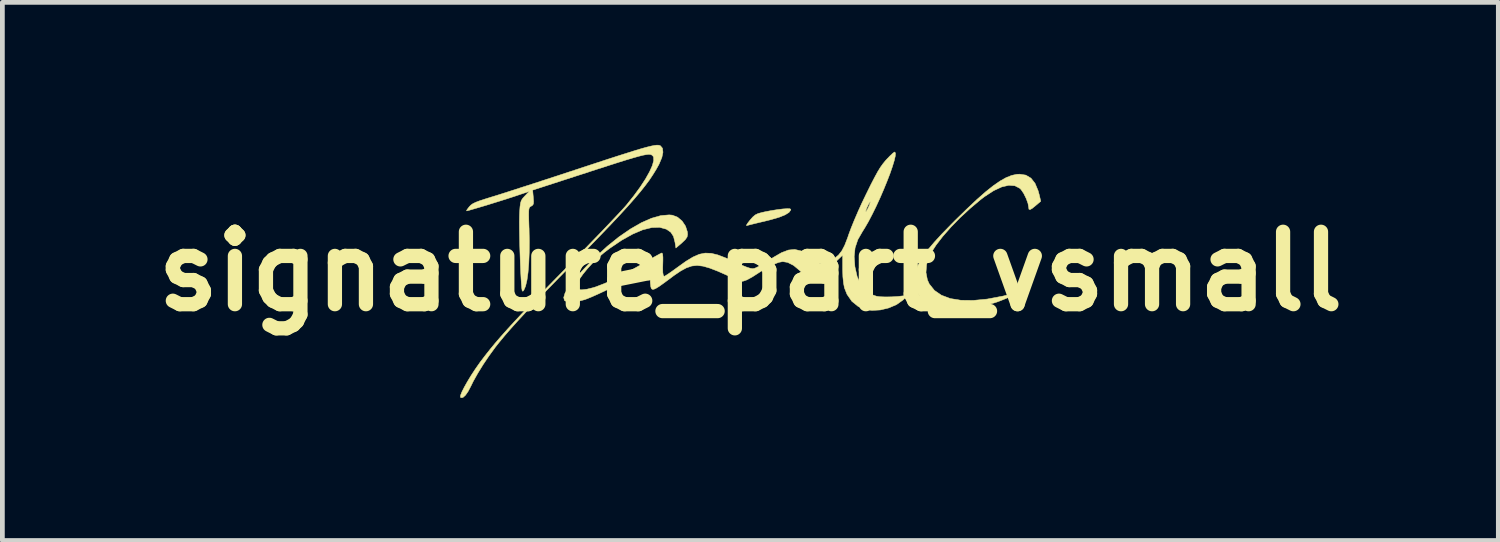
<source format=kicad_pcb>
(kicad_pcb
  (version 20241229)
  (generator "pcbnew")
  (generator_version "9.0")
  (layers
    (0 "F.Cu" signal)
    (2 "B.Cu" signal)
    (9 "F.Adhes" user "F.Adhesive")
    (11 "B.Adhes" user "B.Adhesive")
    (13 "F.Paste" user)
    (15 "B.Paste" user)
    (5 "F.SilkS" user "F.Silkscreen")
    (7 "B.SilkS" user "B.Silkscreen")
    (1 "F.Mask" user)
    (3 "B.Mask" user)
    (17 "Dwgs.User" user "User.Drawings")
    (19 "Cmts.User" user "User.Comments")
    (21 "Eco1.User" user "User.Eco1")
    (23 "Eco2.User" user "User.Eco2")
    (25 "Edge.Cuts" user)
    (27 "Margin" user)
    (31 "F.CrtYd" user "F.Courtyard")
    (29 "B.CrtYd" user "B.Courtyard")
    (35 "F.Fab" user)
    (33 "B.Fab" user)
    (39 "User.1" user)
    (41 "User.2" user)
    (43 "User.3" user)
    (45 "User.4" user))
  (footprint "signature_part_vsmall"
    (layer "F.Cu")
    (at 12.744 2.663)
    (property "Reference" "signature_part_vsmall" (at 0 0 0) (layer "F.SilkS") (effects (font (size 1.524 1.524) (thickness 0.3))))
    (attr through_hole)
    (fp_poly (pts (xy 5.754 0.402) (xy 5.741 0.415) (xy 5.728 0.402) (xy 5.741 0.389) (xy 5.754 0.402)) (stroke (width 0.01) (type solid)) (fill yes) (layer "F.SilkS"))
    (fp_poly (pts (xy 0.831 -1.319) (xy 0.851 -1.308) (xy 0.85 -1.293) (xy 0.812 -1.241) (xy 0.731 -1.191) (xy 0.604 -1.14) (xy 0.429 -1.089) (xy 0.317 -1.061) (xy 0.185 -1.03) (xy 0.07 -1.002) (xy -0.019 -0.98) (xy -0.071 -0.966) (xy -0.078 -0.963) (xy -0.083 -0.973) (xy -0.058 -1.014) (xy -0.01 -1.076) (xy -0.008 -1.079) (xy 0.051 -1.146) (xy 0.102 -1.189) (xy 0.161 -1.218) (xy 0.246 -1.241) (xy 0.303 -1.254) (xy 0.432 -1.279) (xy 0.57 -1.301) (xy 0.684 -1.315) (xy 0.779 -1.321) (xy 0.831 -1.319)) (stroke (width 0.01) (type solid)) (fill yes) (layer "F.SilkS"))
    (fp_poly (pts (xy 5.798 -2.027) (xy 5.906 -1.963) (xy 5.991 -1.855) (xy 6.056 -1.7) (xy 6.08 -1.613) (xy 6.112 -1.477) (xy 6.006 -1.387) (xy 5.931 -1.326) (xy 5.886 -1.301) (xy 5.863 -1.309) (xy 5.858 -1.347) (xy 5.843 -1.432) (xy 5.805 -1.536) (xy 5.754 -1.64) (xy 5.698 -1.722) (xy 5.673 -1.748) (xy 5.568 -1.803) (xy 5.44 -1.813) (xy 5.291 -1.779) (xy 5.121 -1.7) (xy 4.932 -1.577) (xy 4.844 -1.51) (xy 4.623 -1.324) (xy 4.412 -1.129) (xy 4.219 -0.931) (xy 4.049 -0.737) (xy 3.908 -0.554) (xy 3.801 -0.388) (xy 3.764 -0.314) (xy 3.709 -0.146) (xy 3.696 0.022) (xy 3.726 0.178) (xy 3.765 0.263) (xy 3.873 0.399) (xy 4.022 0.501) (xy 4.208 0.571) (xy 4.432 0.607) (xy 4.693 0.61) (xy 4.99 0.581) (xy 5.322 0.518) (xy 5.663 0.429) (xy 5.689 0.424) (xy 5.675 0.435) (xy 5.629 0.459) (xy 5.56 0.492) (xy 5.474 0.529) (xy 5.381 0.569) (xy 5.288 0.607) (xy 5.204 0.639) (xy 5.145 0.659) (xy 4.895 0.728) (xy 4.646 0.775) (xy 4.407 0.801) (xy 4.188 0.803) (xy 3.999 0.782) (xy 3.893 0.754) (xy 3.719 0.672) (xy 3.587 0.561) (xy 3.499 0.426) (xy 3.456 0.268) (xy 3.461 0.093) (xy 3.483 -0.007) (xy 3.521 -0.113) (xy 3.575 -0.222) (xy 3.65 -0.34) (xy 3.749 -0.471) (xy 3.875 -0.619) (xy 4.032 -0.79) (xy 4.224 -0.987) (xy 4.313 -1.077) (xy 4.554 -1.312) (xy 4.765 -1.511) (xy 4.95 -1.674) (xy 5.113 -1.804) (xy 5.256 -1.903) (xy 5.384 -1.975) (xy 5.5 -2.021) (xy 5.607 -2.044) (xy 5.668 -2.047) (xy 5.798 -2.027)) (stroke (width 0.01) (type solid)) (fill yes) (layer "F.SilkS"))
    (fp_poly (pts (xy -1.935 -2.657) (xy -1.908 -2.651) (xy -1.893 -2.644) (xy -1.85 -2.593) (xy -1.84 -2.509) (xy -1.863 -2.398) (xy -1.919 -2.265) (xy -1.926 -2.25) (xy -1.985 -2.144) (xy -2.052 -2.036) (xy -2.127 -1.923) (xy -2.216 -1.804) (xy -2.32 -1.673) (xy -2.442 -1.529) (xy -2.584 -1.368) (xy -2.75 -1.187) (xy -2.942 -0.983) (xy -3.164 -0.752) (xy -3.416 -0.492) (xy -3.704 -0.2) (xy -3.726 -0.177) (xy -4.025 0.128) (xy -4.289 0.399) (xy -4.521 0.64) (xy -4.723 0.854) (xy -4.898 1.043) (xy -5.049 1.211) (xy -5.178 1.36) (xy -5.288 1.493) (xy -5.368 1.594) (xy -5.497 1.771) (xy -5.624 1.959) (xy -5.739 2.145) (xy -5.834 2.315) (xy -5.883 2.415) (xy -5.942 2.527) (xy -5.999 2.608) (xy -6.05 2.653) (xy -6.09 2.658) (xy -6.103 2.645) (xy -6.1 2.607) (xy -6.071 2.534) (xy -6.021 2.435) (xy -5.954 2.316) (xy -5.875 2.186) (xy -5.787 2.052) (xy -5.696 1.922) (xy -5.673 1.891) (xy -5.578 1.766) (xy -5.479 1.641) (xy -5.372 1.511) (xy -5.254 1.374) (xy -5.122 1.226) (xy -4.973 1.063) (xy -4.803 0.882) (xy -4.609 0.678) (xy -4.389 0.45) (xy -4.137 0.192) (xy -3.852 -0.098) (xy -3.846 -0.104) (xy -3.648 -0.306) (xy -3.454 -0.505) (xy -3.27 -0.695) (xy -3.099 -0.872) (xy -2.946 -1.033) (xy -2.815 -1.172) (xy -2.709 -1.285) (xy -2.633 -1.369) (xy -2.606 -1.4) (xy -2.453 -1.592) (xy -2.319 -1.775) (xy -2.208 -1.945) (xy -2.122 -2.098) (xy -2.063 -2.229) (xy -2.035 -2.333) (xy -2.038 -2.406) (xy -2.049 -2.425) (xy -2.065 -2.442) (xy -2.084 -2.455) (xy -2.109 -2.463) (xy -2.146 -2.464) (xy -2.196 -2.458) (xy -2.265 -2.445) (xy -2.355 -2.422) (xy -2.471 -2.389) (xy -2.616 -2.346) (xy -2.795 -2.29) (xy -3.01 -2.221) (xy -3.265 -2.139) (xy -3.565 -2.041) (xy -3.671 -2.007) (xy -4.583 -1.711) (xy -4.569 -1.558) (xy -4.563 -1.471) (xy -4.567 -1.42) (xy -4.586 -1.391) (xy -4.614 -1.373) (xy -4.636 -1.361) (xy -4.651 -1.343) (xy -4.661 -1.314) (xy -4.665 -1.265) (xy -4.666 -1.188) (xy -4.664 -1.075) (xy -4.659 -0.919) (xy -4.658 -0.907) (xy -4.653 -0.644) (xy -4.655 -0.396) (xy -4.664 -0.171) (xy -4.68 0.025) (xy -4.702 0.184) (xy -4.73 0.301) (xy -4.737 0.322) (xy -4.768 0.393) (xy -4.789 0.418) (xy -4.804 0.403) (xy -4.811 0.359) (xy -4.819 0.272) (xy -4.827 0.149) (xy -4.835 -0.002) (xy -4.842 -0.172) (xy -4.848 -0.355) (xy -4.854 -0.541) (xy -4.858 -0.723) (xy -4.861 -0.892) (xy -4.862 -1.042) (xy -4.86 -1.163) (xy -4.857 -1.244) (xy -4.849 -1.36) (xy -4.838 -1.438) (xy -4.822 -1.491) (xy -4.795 -1.535) (xy -4.754 -1.581) (xy -4.747 -1.588) (xy -4.654 -1.685) (xy -4.848 -1.62) (xy -4.966 -1.58) (xy -5.105 -1.535) (xy -5.256 -1.487) (xy -5.41 -1.439) (xy -5.561 -1.392) (xy -5.699 -1.351) (xy -5.818 -1.316) (xy -5.908 -1.29) (xy -5.962 -1.276) (xy -5.974 -1.275) (xy -5.965 -1.298) (xy -5.93 -1.345) (xy -5.914 -1.365) (xy -5.881 -1.398) (xy -5.838 -1.428) (xy -5.777 -1.457) (xy -5.689 -1.49) (xy -5.565 -1.53) (xy -5.443 -1.568) (xy -5.341 -1.599) (xy -5.196 -1.645) (xy -5.015 -1.703) (xy -4.803 -1.772) (xy -4.566 -1.848) (xy -4.312 -1.931) (xy -4.045 -2.018) (xy -3.772 -2.108) (xy -3.642 -2.151) (xy -3.313 -2.259) (xy -3.03 -2.352) (xy -2.789 -2.43) (xy -2.587 -2.494) (xy -2.419 -2.547) (xy -2.282 -2.588) (xy -2.172 -2.618) (xy -2.086 -2.639) (xy -2.021 -2.652) (xy -1.971 -2.658) (xy -1.935 -2.657)) (stroke (width 0.01) (type solid)) (fill yes) (layer "F.SilkS"))
    (fp_poly (pts (xy 3.054 -2.492) (xy 3.05 -2.429) (xy 3.028 -2.333) (xy 2.99 -2.208) (xy 2.939 -2.06) (xy 2.876 -1.897) (xy 2.805 -1.723) (xy 2.728 -1.545) (xy 2.647 -1.369) (xy 2.564 -1.201) (xy 2.483 -1.046) (xy 2.405 -0.912) (xy 2.362 -0.844) (xy 2.262 -0.67) (xy 2.204 -0.497) (xy 2.185 -0.311) (xy 2.2 -0.101) (xy 2.248 0.111) (xy 2.326 0.28) (xy 2.436 0.408) (xy 2.577 0.495) (xy 2.654 0.522) (xy 2.732 0.533) (xy 2.844 0.537) (xy 2.974 0.535) (xy 3.104 0.527) (xy 3.217 0.514) (xy 3.266 0.504) (xy 3.295 0.501) (xy 3.295 0.515) (xy 3.262 0.552) (xy 3.21 0.603) (xy 3.077 0.698) (xy 2.913 0.768) (xy 2.735 0.811) (xy 2.558 0.821) (xy 2.433 0.803) (xy 2.269 0.737) (xy 2.136 0.629) (xy 2.034 0.482) (xy 1.98 0.346) (xy 1.961 0.248) (xy 1.947 0.113) (xy 1.942 -0.045) (xy 1.942 -0.061) (xy 1.942 -0.343) (xy 1.781 -0.189) (xy 1.632 -0.057) (xy 1.5 0.034) (xy 1.38 0.087) (xy 1.262 0.107) (xy 1.211 0.107) (xy 1.169 0.088) (xy 1.106 0.042) (xy 1.042 -0.016) (xy 0.909 -0.127) (xy 0.784 -0.19) (xy 0.681 -0.207) (xy 0.598 -0.191) (xy 0.484 -0.147) (xy 0.353 -0.08) (xy 0.213 0.005) (xy 0.189 0.02) (xy 0.04 0.116) (xy -0.073 0.178) (xy -0.151 0.205) (xy -0.171 0.207) (xy -0.211 0.197) (xy -0.287 0.169) (xy -0.386 0.128) (xy -0.476 0.088) (xy -0.683 -0.004) (xy -0.854 -0.07) (xy -0.996 -0.111) (xy -1.12 -0.126) (xy -1.234 -0.114) (xy -1.347 -0.075) (xy -1.468 -0.009) (xy -1.607 0.085) (xy -1.697 0.153) (xy -1.826 0.248) (xy -1.92 0.315) (xy -1.987 0.356) (xy -2.032 0.376) (xy -2.062 0.377) (xy -2.081 0.365) (xy -2.095 0.327) (xy -2.105 0.249) (xy -2.11 0.146) (xy -2.11 0.117) (xy -2.11 0.017) (xy -2.112 -0.059) (xy -2.114 -0.1) (xy -2.115 -0.104) (xy -2.138 -0.091) (xy -2.196 -0.058) (xy -2.28 -0.008) (xy -2.362 0.041) (xy -2.506 0.123) (xy -2.672 0.212) (xy -2.849 0.304) (xy -3.027 0.392) (xy -3.195 0.471) (xy -3.343 0.537) (xy -3.46 0.584) (xy -3.492 0.595) (xy -3.625 0.63) (xy -3.746 0.646) (xy -3.843 0.642) (xy -3.906 0.617) (xy -3.913 0.61) (xy -3.929 0.55) (xy -3.903 0.462) (xy -3.836 0.345) (xy -3.729 0.201) (xy -3.581 0.03) (xy -3.394 -0.167) (xy -3.26 -0.301) (xy -3.012 -0.529) (xy -2.766 -0.727) (xy -2.526 -0.892) (xy -2.297 -1.024) (xy -2.082 -1.119) (xy -1.885 -1.175) (xy -1.71 -1.19) (xy -1.642 -1.184) (xy -1.533 -1.142) (xy -1.437 -1.061) (xy -1.365 -0.953) (xy -1.326 -0.832) (xy -1.322 -0.78) (xy -1.332 -0.725) (xy -1.37 -0.669) (xy -1.443 -0.6) (xy -1.445 -0.598) (xy -1.568 -0.493) (xy -1.586 -0.611) (xy -1.618 -0.737) (xy -1.675 -0.825) (xy -1.766 -0.888) (xy -1.771 -0.89) (xy -1.91 -0.928) (xy -2.076 -0.923) (xy -2.266 -0.876) (xy -2.477 -0.786) (xy -2.71 -0.656) (xy -2.961 -0.486) (xy -3.079 -0.396) (xy -3.201 -0.293) (xy -3.32 -0.178) (xy -3.43 -0.058) (xy -3.525 0.059) (xy -3.601 0.167) (xy -3.652 0.26) (xy -3.674 0.33) (xy -3.668 0.362) (xy -3.626 0.384) (xy -3.547 0.387) (xy -3.439 0.374) (xy -3.313 0.343) (xy -3.251 0.324) (xy -3.07 0.254) (xy -2.855 0.156) (xy -2.613 0.032) (xy -2.35 -0.115) (xy -2.211 -0.196) (xy -2.094 -0.265) (xy -1.992 -0.322) (xy -1.914 -0.365) (xy -1.868 -0.387) (xy -1.861 -0.389) (xy -1.847 -0.365) (xy -1.841 -0.299) (xy -1.841 -0.227) (xy -1.845 -0.078) (xy -1.843 0.023) (xy -1.833 0.082) (xy -1.817 0.103) (xy -1.814 0.104) (xy -1.785 0.089) (xy -1.723 0.049) (xy -1.638 -0.01) (xy -1.538 -0.083) (xy -1.535 -0.085) (xy -1.358 -0.212) (xy -1.208 -0.303) (xy -1.076 -0.361) (xy -0.951 -0.386) (xy -0.823 -0.381) (xy -0.684 -0.347) (xy -0.522 -0.285) (xy -0.436 -0.247) (xy -0.276 -0.175) (xy -0.155 -0.121) (xy -0.067 -0.086) (xy -0.002 -0.066) (xy 0.046 -0.059) (xy 0.085 -0.064) (xy 0.123 -0.08) (xy 0.161 -0.099) (xy 0.233 -0.14) (xy 0.331 -0.199) (xy 0.439 -0.267) (xy 0.488 -0.298) (xy 0.656 -0.395) (xy 0.801 -0.45) (xy 0.932 -0.463) (xy 1.057 -0.434) (xy 1.184 -0.363) (xy 1.266 -0.299) (xy 1.366 -0.22) (xy 1.444 -0.177) (xy 1.516 -0.166) (xy 1.596 -0.185) (xy 1.672 -0.219) (xy 1.774 -0.277) (xy 1.856 -0.346) (xy 1.925 -0.434) (xy 1.986 -0.551) (xy 2.046 -0.706) (xy 2.075 -0.791) (xy 2.121 -0.914) (xy 2.185 -1.072) (xy 2.262 -1.251) (xy 2.263 -1.254) (xy 2.427 -1.254) (xy 2.433 -1.257) (xy 2.457 -1.296) (xy 2.49 -1.362) (xy 2.5 -1.387) (xy 2.52 -1.443) (xy 2.523 -1.467) (xy 2.518 -1.464) (xy 2.493 -1.425) (xy 2.461 -1.359) (xy 2.45 -1.335) (xy 2.43 -1.279) (xy 2.427 -1.254) (xy 2.263 -1.254) (xy 2.348 -1.441) (xy 2.438 -1.628) (xy 2.448 -1.648) (xy 2.541 -1.837) (xy 2.618 -1.985) (xy 2.682 -2.102) (xy 2.738 -2.193) (xy 2.791 -2.267) (xy 2.843 -2.331) (xy 2.865 -2.355) (xy 2.935 -2.428) (xy 2.993 -2.483) (xy 3.031 -2.512) (xy 3.036 -2.514) (xy 3.054 -2.492)) (stroke (width 0.01) (type solid)) (fill yes) (layer "F.SilkS")))
  (gr_rect
    (start -3 -3)
    (end 28.487 8.326)
    (stroke (width 0.1) (type default))
    (fill no)
    (layer "Edge.Cuts")))
</source>
